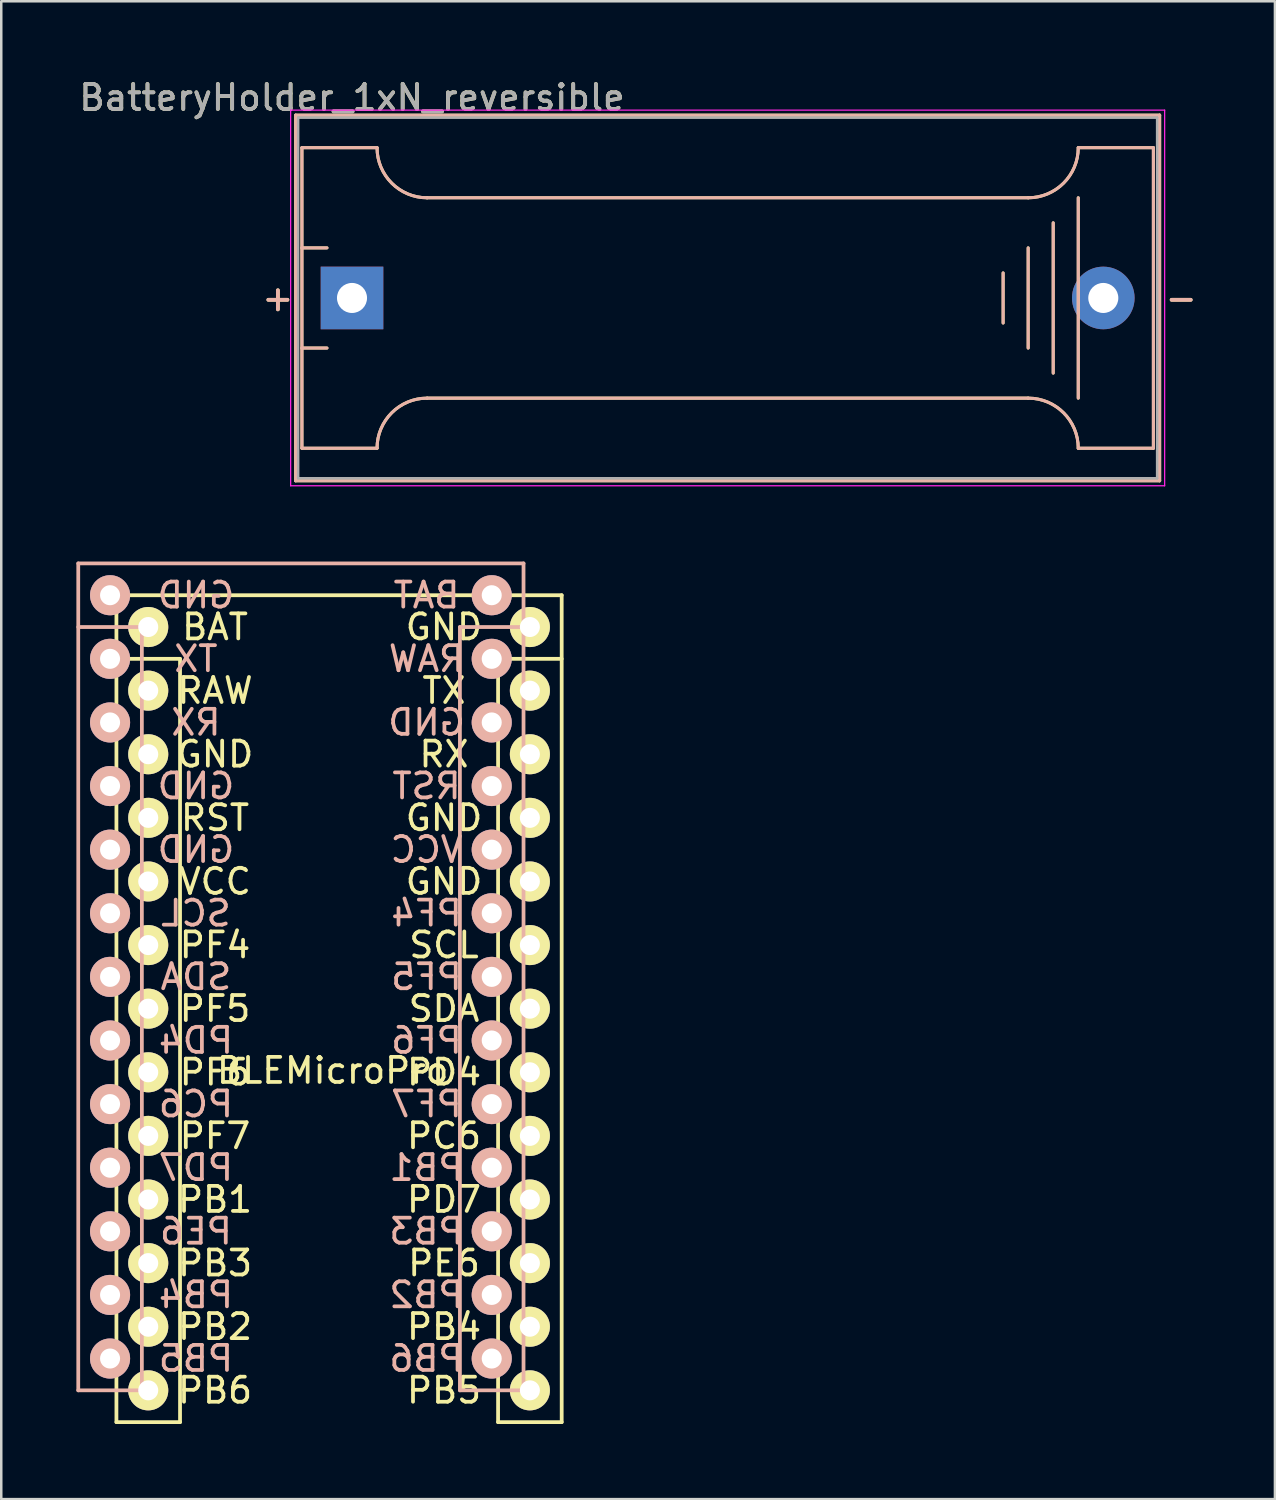
<source format=kicad_pcb>
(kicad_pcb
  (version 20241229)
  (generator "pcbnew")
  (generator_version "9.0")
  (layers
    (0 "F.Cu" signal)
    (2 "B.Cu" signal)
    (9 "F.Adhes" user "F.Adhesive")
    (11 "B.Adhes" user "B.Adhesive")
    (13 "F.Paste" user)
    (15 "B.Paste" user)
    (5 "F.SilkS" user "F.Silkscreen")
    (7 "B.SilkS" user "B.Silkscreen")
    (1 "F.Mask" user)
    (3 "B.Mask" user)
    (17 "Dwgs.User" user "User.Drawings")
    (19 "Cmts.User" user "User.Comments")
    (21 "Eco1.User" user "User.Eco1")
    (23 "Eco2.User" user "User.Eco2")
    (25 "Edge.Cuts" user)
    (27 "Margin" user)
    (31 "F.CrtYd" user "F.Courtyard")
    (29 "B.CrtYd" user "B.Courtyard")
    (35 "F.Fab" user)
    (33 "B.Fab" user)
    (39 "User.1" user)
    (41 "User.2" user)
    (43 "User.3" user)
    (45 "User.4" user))
  (footprint "BLEMicroPro"
    (layer "F.Cu")
    (at 10.235 38.498)
    (property "Reference" "BLEMicroPro" (at 0 1.2 0) (layer "F.SilkS") (effects (font (size 1 1) (thickness 0.15))))
    (attr through_hole)
    (fp_line (start -8.636 -17.78) (end -8.636 15.24) (stroke (width 0.15) (type solid)) (layer "F.SilkS"))
    (fp_line (start -8.636 15.24) (end -6.096 15.24) (stroke (width 0.15) (type solid)) (layer "F.SilkS"))
    (fp_line (start -6.096 -15.24) (end -8.636 -15.24) (stroke (width 0.15) (type solid)) (layer "F.SilkS"))
    (fp_line (start -6.096 15.24) (end -6.096 -15.24) (stroke (width 0.15) (type solid)) (layer "F.SilkS"))
    (fp_line (start 6.604 -15.24) (end 6.604 15.24) (stroke (width 0.15) (type solid)) (layer "F.SilkS"))
    (fp_line (start 6.604 15.24) (end 9.144 15.24) (stroke (width 0.15) (type solid)) (layer "F.SilkS"))
    (fp_line (start 9.144 -17.78) (end -8.636 -17.78) (stroke (width 0.15) (type solid)) (layer "F.SilkS"))
    (fp_line (start 9.144 -15.24) (end 6.604 -15.24) (stroke (width 0.15) (type solid)) (layer "F.SilkS"))
    (fp_line (start 9.144 15.24) (end 9.144 -17.78) (stroke (width 0.15) (type solid)) (layer "F.SilkS"))
    (fp_line (start -10.16 -19.05) (end 7.62 -19.05) (stroke (width 0.15) (type solid)) (layer "B.SilkS"))
    (fp_line (start -10.16 -16.51) (end -7.62 -16.51) (stroke (width 0.15) (type solid)) (layer "B.SilkS"))
    (fp_line (start -10.16 13.97) (end -10.16 -19.05) (stroke (width 0.15) (type solid)) (layer "B.SilkS"))
    (fp_line (start -7.62 -16.51) (end -7.62 13.97) (stroke (width 0.15) (type solid)) (layer "B.SilkS"))
    (fp_line (start -7.62 13.97) (end -10.16 13.97) (stroke (width 0.15) (type solid)) (layer "B.SilkS"))
    (fp_line (start 5.08 -16.51) (end 7.62 -16.51) (stroke (width 0.15) (type solid)) (layer "B.SilkS"))
    (fp_line (start 5.08 13.97) (end 5.08 -16.51) (stroke (width 0.15) (type solid)) (layer "B.SilkS"))
    (fp_line (start 7.62 -19.05) (end 7.62 13.97) (stroke (width 0.15) (type solid)) (layer "B.SilkS"))
    (fp_line (start 7.62 13.97) (end 5.08 13.97) (stroke (width 0.15) (type solid)) (layer "B.SilkS"))
    (fp_text user "SDA" (at 4.445 -1.27 0) (layer "F.SilkS") (effects (font (size 1 1) (thickness 0.15))))
    (fp_text user "RX" (at 4.445 -11.43 0) (layer "F.SilkS") (effects (font (size 1 1) (thickness 0.15))))
    (fp_text user "GND" (at 4.445 -6.35 0) (layer "F.SilkS") (effects (font (size 1 1) (thickness 0.15))))
    (fp_text user "GND" (at -4.699 -11.43 0) (layer "F.SilkS") (effects (font (size 1 1) (thickness 0.15))))
    (fp_text user "PD7" (at 4.445 6.35 0) (layer "F.SilkS") (effects (font (size 1 1) (thickness 0.15))))
    (fp_text user "PD4" (at 4.445 1.27 0) (layer "F.SilkS") (effects (font (size 1 1) (thickness 0.15))))
    (fp_text user "PB2" (at -4.699 11.43 0) (layer "F.SilkS") (effects (font (size 1 1) (thickness 0.15))))
    (fp_text user "PC6" (at 4.445 3.81 0) (layer "F.SilkS") (effects (font (size 1 1) (thickness 0.15))))
    (fp_text user "BAT" (at -4.699 -16.51 0) (layer "F.SilkS") (effects (font (size 1 1) (thickness 0.15))))
    (fp_text user "PF4" (at -4.699 -3.81 0) (layer "F.SilkS") (effects (font (size 1 1) (thickness 0.15))))
    (fp_text user "PB1" (at -4.699 6.35 0) (layer "F.SilkS") (effects (font (size 1 1) (thickness 0.15))))
    (fp_text user "VCC" (at -4.699 -6.35 0) (layer "F.SilkS") (effects (font (size 1 1) (thickness 0.15))))
    (fp_text user "PF5" (at -4.699 -1.27 0) (layer "F.SilkS") (effects (font (size 1 1) (thickness 0.15))))
    (fp_text user "RST" (at -4.699 -8.89 0) (layer "F.SilkS") (effects (font (size 1 1) (thickness 0.15))))
    (fp_text user "PB4" (at 4.445 11.43 0) (layer "F.SilkS") (effects (font (size 1 1) (thickness 0.15))))
    (fp_text user "GND" (at 4.445 -8.89 0) (layer "F.SilkS") (effects (font (size 1 1) (thickness 0.15))))
    (fp_text user "RAW" (at -4.699 -13.97 0) (layer "F.SilkS") (effects (font (size 1 1) (thickness 0.15))))
    (fp_text user "PB5" (at 4.445 13.97 0) (layer "F.SilkS") (effects (font (size 1 1) (thickness 0.15))))
    (fp_text user "PB3" (at -4.699 8.89 0) (layer "F.SilkS") (effects (font (size 1 1) (thickness 0.15))))
    (fp_text user "PF7" (at -4.699 3.81 0) (layer "F.SilkS") (effects (font (size 1 1) (thickness 0.15))))
    (fp_text user "PF6" (at -4.699 1.27 0) (layer "F.SilkS") (effects (font (size 1 1) (thickness 0.15))))
    (fp_text user "PE6" (at 4.445 8.89 0) (layer "F.SilkS") (effects (font (size 1 1) (thickness 0.15))))
    (fp_text user "PB6" (at -4.699 13.97 0) (layer "F.SilkS") (effects (font (size 1 1) (thickness 0.15))))
    (fp_text user "SCL" (at 4.445 -3.81 0) (layer "F.SilkS") (effects (font (size 1 1) (thickness 0.15))))
    (fp_text user "GND" (at 4.445 -16.51 0) (layer "F.SilkS") (effects (font (size 1 1) (thickness 0.15))))
    (fp_text user "TX" (at 4.445 -13.97 0) (layer "F.SilkS") (effects (font (size 1 1) (thickness 0.15))))
    (fp_text user "RAW" (at 3.747 -15.24 0) (layer "B.SilkS") (effects (font (size 1 1) (thickness 0.15)) (justify mirror)))
    (fp_text user "PF7" (at 3.747 2.54 0) (layer "B.SilkS") (effects (font (size 1 1) (thickness 0.15)) (justify mirror)))
    (fp_text user "PF4" (at 3.747 -5.08 0) (layer "B.SilkS") (effects (font (size 1 1) (thickness 0.15)) (justify mirror)))
    (fp_text user "BAT" (at 3.747 -17.78 0) (layer "B.SilkS") (effects (font (size 1 1) (thickness 0.15)) (justify mirror)))
    (fp_text user "GND" (at -5.461 -17.78 0) (layer "B.SilkS") (effects (font (size 1 1) (thickness 0.15)) (justify mirror)))
    (fp_text user "PE6" (at -5.461 7.62 0) (layer "B.SilkS") (effects (font (size 1 1) (thickness 0.15)) (justify mirror)))
    (fp_text user "PD7" (at -5.461 5.08 0) (layer "B.SilkS") (effects (font (size 1 1) (thickness 0.15)) (justify mirror)))
    (fp_text user "GND" (at -5.461 -10.16 0) (layer "B.SilkS") (effects (font (size 1 1) (thickness 0.15)) (justify mirror)))
    (fp_text user "PB1" (at 3.747 5.08 0) (layer "B.SilkS") (effects (font (size 1 1) (thickness 0.15)) (justify mirror)))
    (fp_text user "SDA" (at -5.461 -2.54 0) (layer "B.SilkS") (effects (font (size 1 1) (thickness 0.15)) (justify mirror)))
    (fp_text user "GND" (at -5.461 -7.62 0) (layer "B.SilkS") (effects (font (size 1 1) (thickness 0.15)) (justify mirror)))
    (fp_text user "PB3" (at 3.747 7.62 0) (layer "B.SilkS") (effects (font (size 1 1) (thickness 0.15)) (justify mirror)))
    (fp_text user "PB2" (at 3.747 10.16 0) (layer "B.SilkS") (effects (font (size 1 1) (thickness 0.15)) (justify mirror)))
    (fp_text user "TX" (at -5.461 -15.24 0) (layer "B.SilkS") (effects (font (size 1 1) (thickness 0.15)) (justify mirror)))
    (fp_text user "VCC" (at 3.747 -7.62 0) (layer "B.SilkS") (effects (font (size 1 1) (thickness 0.15)) (justify mirror)))
    (fp_text user "PF6" (at 3.747 0 0) (layer "B.SilkS") (effects (font (size 1 1) (thickness 0.15)) (justify mirror)))
    (fp_text user "PB4" (at -5.461 10.16 0) (layer "B.SilkS") (effects (font (size 1 1) (thickness 0.15)) (justify mirror)))
    (fp_text user "PC6" (at -5.461 2.54 0) (layer "B.SilkS") (effects (font (size 1 1) (thickness 0.15)) (justify mirror)))
    (fp_text user "PD4" (at -5.461 0 0) (layer "B.SilkS") (effects (font (size 1 1) (thickness 0.15)) (justify mirror)))
    (fp_text user "PB6" (at 3.747 12.7 0) (layer "B.SilkS") (effects (font (size 1 1) (thickness 0.15)) (justify mirror)))
    (fp_text user "PB5" (at -5.461 12.7 0) (layer "B.SilkS") (effects (font (size 1 1) (thickness 0.15)) (justify mirror)))
    (fp_text user "PF5" (at 3.747 -2.54 0) (layer "B.SilkS") (effects (font (size 1 1) (thickness 0.15)) (justify mirror)))
    (fp_text user "RST" (at 3.747 -10.16 0) (layer "B.SilkS") (effects (font (size 1 1) (thickness 0.15)) (justify mirror)))
    (fp_text user "SCL" (at -5.461 -5.08 0) (layer "B.SilkS") (effects (font (size 1 1) (thickness 0.15)) (justify mirror)))
    (fp_text user "RX" (at -5.461 -12.7 0) (layer "B.SilkS") (effects (font (size 1 1) (thickness 0.15)) (justify mirror)))
    (fp_text user "GND" (at 3.747 -12.7 0) (layer "B.SilkS") (effects (font (size 1 1) (thickness 0.15)) (justify mirror)))
    (pad "0" thru_hole circle (at -8.89 -17.78) (size 1.6 1.6) (drill 0.8) (layers "*.Cu" "*.Mask" "B.SilkS"))
    (pad "0" thru_hole circle (at 7.874 -16.51 180) (size 1.6 1.6) (drill 0.8) (layers "*.Cu" "*.Mask" "F.SilkS"))
    (pad "1" thru_hole circle (at -8.89 -15.24) (size 1.6 1.6) (drill 0.8) (layers "*.Cu" "*.Mask" "B.SilkS"))
    (pad "1" thru_hole circle (at 7.874 -13.97 180) (size 1.6 1.6) (drill 0.8) (layers "*.Cu" "*.Mask" "F.SilkS"))
    (pad "2" thru_hole circle (at -8.89 -12.7) (size 1.6 1.6) (drill 0.8) (layers "*.Cu" "*.Mask" "B.SilkS"))
    (pad "2" thru_hole circle (at 7.874 -11.43 180) (size 1.6 1.6) (drill 0.8) (layers "*.Cu" "*.Mask" "F.SilkS"))
    (pad "3" thru_hole circle (at -8.89 -10.16) (size 1.6 1.6) (drill 0.8) (layers "*.Cu" "*.Mask" "B.SilkS"))
    (pad "3" thru_hole circle (at 7.874 -8.89 180) (size 1.6 1.6) (drill 0.8) (layers "*.Cu" "*.Mask" "F.SilkS"))
    (pad "4" thru_hole circle (at -8.89 -7.62) (size 1.6 1.6) (drill 0.8) (layers "*.Cu" "*.Mask" "B.SilkS"))
    (pad "4" thru_hole circle (at 7.874 -6.35 180) (size 1.6 1.6) (drill 0.8) (layers "*.Cu" "*.Mask" "F.SilkS"))
    (pad "5" thru_hole circle (at -8.89 -5.08) (size 1.6 1.6) (drill 0.8) (layers "*.Cu" "*.Mask" "B.SilkS"))
    (pad "5" thru_hole circle (at 7.874 -3.81 180) (size 1.6 1.6) (drill 0.8) (layers "*.Cu" "*.Mask" "F.SilkS"))
    (pad "6" thru_hole circle (at -8.89 -2.54) (size 1.6 1.6) (drill 0.8) (layers "*.Cu" "*.Mask" "B.SilkS"))
    (pad "6" thru_hole circle (at 7.874 -1.27 180) (size 1.6 1.6) (drill 0.8) (layers "*.Cu" "*.Mask" "F.SilkS"))
    (pad "7" thru_hole circle (at -8.89 0) (size 1.6 1.6) (drill 0.8) (layers "*.Cu" "*.Mask" "B.SilkS"))
    (pad "7" thru_hole circle (at 7.874 1.27 180) (size 1.6 1.6) (drill 0.8) (layers "*.Cu" "*.Mask" "F.SilkS"))
    (pad "8" thru_hole circle (at -8.89 2.54) (size 1.6 1.6) (drill 0.8) (layers "*.Cu" "*.Mask" "B.SilkS"))
    (pad "8" thru_hole circle (at 7.874 3.81 180) (size 1.6 1.6) (drill 0.8) (layers "*.Cu" "*.Mask" "F.SilkS"))
    (pad "9" thru_hole circle (at -8.89 5.08) (size 1.6 1.6) (drill 0.8) (layers "*.Cu" "*.Mask" "B.SilkS"))
    (pad "9" thru_hole circle (at 7.874 6.35 180) (size 1.6 1.6) (drill 0.8) (layers "*.Cu" "*.Mask" "F.SilkS"))
    (pad "10" thru_hole circle (at -8.89 7.62) (size 1.6 1.6) (drill 0.8) (layers "*.Cu" "*.Mask" "B.SilkS"))
    (pad "10" thru_hole circle (at 7.874 8.89 180) (size 1.6 1.6) (drill 0.8) (layers "*.Cu" "*.Mask" "F.SilkS"))
    (pad "11" thru_hole circle (at -8.89 10.16) (size 1.6 1.6) (drill 0.8) (layers "*.Cu" "*.Mask" "B.SilkS"))
    (pad "11" thru_hole circle (at 7.874 11.43 180) (size 1.6 1.6) (drill 0.8) (layers "*.Cu" "*.Mask" "F.SilkS"))
    (pad "12" thru_hole circle (at -8.89 12.7) (size 1.6 1.6) (drill 0.8) (layers "*.Cu" "*.Mask" "B.SilkS"))
    (pad "12" thru_hole circle (at 7.874 13.97 180) (size 1.6 1.6) (drill 0.8) (layers "*.Cu" "*.Mask" "F.SilkS"))
    (pad "13" thru_hole circle (at -7.366 13.97 180) (size 1.6 1.6) (drill 0.8) (layers "*.Cu" "*.Mask" "F.SilkS"))
    (pad "13" thru_hole circle (at 6.35 12.7) (size 1.6 1.6) (drill 0.8) (layers "*.Cu" "*.Mask" "B.SilkS"))
    (pad "14" thru_hole circle (at -7.366 11.43 180) (size 1.6 1.6) (drill 0.8) (layers "*.Cu" "*.Mask" "F.SilkS"))
    (pad "14" thru_hole circle (at 6.35 10.16) (size 1.6 1.6) (drill 0.8) (layers "*.Cu" "*.Mask" "B.SilkS"))
    (pad "15" thru_hole circle (at -7.366 8.89 180) (size 1.6 1.6) (drill 0.8) (layers "*.Cu" "*.Mask" "F.SilkS"))
    (pad "15" thru_hole circle (at 6.35 7.62) (size 1.6 1.6) (drill 0.8) (layers "*.Cu" "*.Mask" "B.SilkS"))
    (pad "16" thru_hole circle (at -7.366 6.35 180) (size 1.6 1.6) (drill 0.8) (layers "*.Cu" "*.Mask" "F.SilkS"))
    (pad "16" thru_hole circle (at 6.35 5.08) (size 1.6 1.6) (drill 0.8) (layers "*.Cu" "*.Mask" "B.SilkS"))
    (pad "17" thru_hole circle (at -7.366 3.81 180) (size 1.6 1.6) (drill 0.8) (layers "*.Cu" "*.Mask" "F.SilkS"))
    (pad "17" thru_hole circle (at 6.35 2.54) (size 1.6 1.6) (drill 0.8) (layers "*.Cu" "*.Mask" "B.SilkS"))
    (pad "18" thru_hole circle (at -7.366 1.27 180) (size 1.6 1.6) (drill 0.8) (layers "*.Cu" "*.Mask" "F.SilkS"))
    (pad "18" thru_hole circle (at 6.35 0) (size 1.6 1.6) (drill 0.8) (layers "*.Cu" "*.Mask" "B.SilkS"))
    (pad "19" thru_hole circle (at -7.366 -1.27 180) (size 1.6 1.6) (drill 0.8) (layers "*.Cu" "*.Mask" "F.SilkS"))
    (pad "19" thru_hole circle (at 6.35 -2.54) (size 1.6 1.6) (drill 0.8) (layers "*.Cu" "*.Mask" "B.SilkS"))
    (pad "20" thru_hole circle (at -7.366 -3.81 180) (size 1.6 1.6) (drill 0.8) (layers "*.Cu" "*.Mask" "F.SilkS"))
    (pad "20" thru_hole circle (at 6.35 -5.08) (size 1.6 1.6) (drill 0.8) (layers "*.Cu" "*.Mask" "B.SilkS"))
    (pad "21" thru_hole circle (at -7.366 -6.35 180) (size 1.6 1.6) (drill 0.8) (layers "*.Cu" "*.Mask" "F.SilkS"))
    (pad "21" thru_hole circle (at 6.35 -7.62) (size 1.6 1.6) (drill 0.8) (layers "*.Cu" "*.Mask" "B.SilkS"))
    (pad "22" thru_hole circle (at -7.366 -8.89 180) (size 1.6 1.6) (drill 0.8) (layers "*.Cu" "*.Mask" "F.SilkS"))
    (pad "22" thru_hole circle (at 6.35 -10.16) (size 1.6 1.6) (drill 0.8) (layers "*.Cu" "*.Mask" "B.SilkS"))
    (pad "23" thru_hole circle (at -7.366 -11.43 180) (size 1.6 1.6) (drill 0.8) (layers "*.Cu" "*.Mask" "F.SilkS"))
    (pad "23" thru_hole circle (at 6.35 -12.7) (size 1.6 1.6) (drill 0.8) (layers "*.Cu" "*.Mask" "B.SilkS"))
    (pad "24" thru_hole circle (at -7.366 -13.97 180) (size 1.6 1.6) (drill 0.8) (layers "*.Cu" "*.Mask" "F.SilkS"))
    (pad "24" thru_hole circle (at 6.35 -15.24) (size 1.6 1.6) (drill 0.8) (layers "*.Cu" "*.Mask" "B.SilkS"))
    (pad "25" thru_hole circle (at -7.366 -16.51 180) (size 1.6 1.6) (drill 0.8) (layers "*.Cu" "*.Mask" "F.SilkS"))
    (pad "25" thru_hole circle (at 6.35 -17.78) (size 1.6 1.6) (drill 0.8) (layers "*.Cu" "*.Mask" "B.SilkS")))
  (footprint "BatteryHolder_1xN_reversible"
    (layer "F.Cu")
    (at 11.006 8.848)
    (property "Reference" "BatteryHolder_1xN_reversible" (at 0 -8 180) (layer "F.SilkS") (effects (font (size 1 1) (thickness 0.15))))
    (attr through_hole)
    (fp_line (start -2.25 -7.3) (end -2.25 7.3) (stroke (width 0.12) (type solid)) (layer "F.SilkS"))
    (fp_line (start -2.25 7.3) (end 32.25 7.3) (stroke (width 0.12) (type solid)) (layer "F.SilkS"))
    (fp_line (start -2 -6) (end -2 6) (stroke (width 0.12) (type solid)) (layer "F.SilkS"))
    (fp_line (start -2 -6) (end 1 -6) (stroke (width 0.12) (type solid)) (layer "F.SilkS"))
    (fp_line (start -2 -2) (end -1 -2) (stroke (width 0.12) (type solid)) (layer "F.SilkS"))
    (fp_line (start -2 6) (end 1 6) (stroke (width 0.12) (type solid)) (layer "F.SilkS"))
    (fp_line (start -1 2) (end -2 2) (stroke (width 0.12) (type solid)) (layer "F.SilkS"))
    (fp_line (start 3 -4) (end 27 -4) (stroke (width 0.12) (type solid)) (layer "F.SilkS"))
    (fp_line (start 3 4) (end 27 4) (stroke (width 0.12) (type solid)) (layer "F.SilkS"))
    (fp_line (start 26 -1) (end 26 1) (stroke (width 0.12) (type solid)) (layer "F.SilkS"))
    (fp_line (start 27 -2) (end 27 2) (stroke (width 0.12) (type solid)) (layer "F.SilkS"))
    (fp_line (start 28 3) (end 28 -3) (stroke (width 0.12) (type solid)) (layer "F.SilkS"))
    (fp_line (start 29 -4) (end 29 4) (stroke (width 0.12) (type solid)) (layer "F.SilkS"))
    (fp_line (start 32 -6) (end 29 -6) (stroke (width 0.12) (type solid)) (layer "F.SilkS"))
    (fp_line (start 32 -6) (end 32 6) (stroke (width 0.12) (type solid)) (layer "F.SilkS"))
    (fp_line (start 32 6) (end 29 6) (stroke (width 0.12) (type solid)) (layer "F.SilkS"))
    (fp_line (start 32.25 -7.3) (end -2.25 -7.3) (stroke (width 0.12) (type solid)) (layer "F.SilkS"))
    (fp_line (start 32.25 7.3) (end 32.25 -7.3) (stroke (width 0.12) (type solid)) (layer "F.SilkS"))
    (fp_arc (start 1 6) (mid 1.585786 4.585786) (end 3 4) (stroke (width 0.12) (type solid)) (layer "F.SilkS"))
    (fp_arc (start 3 -4) (mid 1.585786 -4.585786) (end 1 -6) (stroke (width 0.12) (type solid)) (layer "F.SilkS"))
    (fp_arc (start 27 4) (mid 28.414214 4.585786) (end 29 6) (stroke (width 0.12) (type solid)) (layer "F.SilkS"))
    (fp_arc (start 29 -6) (mid 28.414214 -4.585786) (end 27 -4) (stroke (width 0.12) (type solid)) (layer "F.SilkS"))
    (fp_line (start -2.25 -7.3) (end -2.25 7.3) (stroke (width 0.12) (type solid)) (layer "B.SilkS"))
    (fp_line (start -2.25 7.3) (end 32.25 7.3) (stroke (width 0.12) (type solid)) (layer "B.SilkS"))
    (fp_line (start -2 -6) (end -2 6) (stroke (width 0.12) (type solid)) (layer "B.SilkS"))
    (fp_line (start -2 -6) (end 1 -6) (stroke (width 0.12) (type solid)) (layer "B.SilkS"))
    (fp_line (start -2 -2) (end -1 -2) (stroke (width 0.12) (type solid)) (layer "B.SilkS"))
    (fp_line (start -2 6) (end 1 6) (stroke (width 0.12) (type solid)) (layer "B.SilkS"))
    (fp_line (start -1 2) (end -2 2) (stroke (width 0.12) (type solid)) (layer "B.SilkS"))
    (fp_line (start 3 -4) (end 27 -4) (stroke (width 0.12) (type solid)) (layer "B.SilkS"))
    (fp_line (start 3 4) (end 27 4) (stroke (width 0.12) (type solid)) (layer "B.SilkS"))
    (fp_line (start 26 -1) (end 26 1) (stroke (width 0.12) (type solid)) (layer "B.SilkS"))
    (fp_line (start 27 -2) (end 27 2) (stroke (width 0.12) (type solid)) (layer "B.SilkS"))
    (fp_line (start 28 3) (end 28 -3) (stroke (width 0.12) (type solid)) (layer "B.SilkS"))
    (fp_line (start 29 -4) (end 29 4) (stroke (width 0.12) (type solid)) (layer "B.SilkS"))
    (fp_line (start 32 -6) (end 29 -6) (stroke (width 0.12) (type solid)) (layer "B.SilkS"))
    (fp_line (start 32 -6) (end 32 6) (stroke (width 0.12) (type solid)) (layer "B.SilkS"))
    (fp_line (start 32 6) (end 29 6) (stroke (width 0.12) (type solid)) (layer "B.SilkS"))
    (fp_line (start 32.25 -7.3) (end -2.25 -7.3) (stroke (width 0.12) (type solid)) (layer "B.SilkS"))
    (fp_line (start 32.25 7.3) (end 32.25 -7.3) (stroke (width 0.12) (type solid)) (layer "B.SilkS"))
    (fp_arc (start 1 6) (mid 1.585786 4.585786) (end 3 4) (stroke (width 0.12) (type solid)) (layer "B.SilkS"))
    (fp_arc (start 3 -4) (mid 1.585786 -4.585786) (end 1 -6) (stroke (width 0.12) (type solid)) (layer "B.SilkS"))
    (fp_arc (start 27 4) (mid 28.414214 4.585786) (end 29 6) (stroke (width 0.12) (type solid)) (layer "B.SilkS"))
    (fp_arc (start 29 -6) (mid 28.414214 -4.585786) (end 27 -4) (stroke (width 0.12) (type solid)) (layer "B.SilkS"))
    (fp_line (start -2.45 -7.5) (end -2.45 7.5) (stroke (width 0.05) (type solid)) (layer "F.CrtYd"))
    (fp_line (start -2.45 7.5) (end 32.45 7.5) (stroke (width 0.05) (type solid)) (layer "F.CrtYd"))
    (fp_line (start 32.45 -7.5) (end -2.45 -7.5) (stroke (width 0.05) (type solid)) (layer "F.CrtYd"))
    (fp_line (start 32.45 7.5) (end 32.45 -7.5) (stroke (width 0.05) (type solid)) (layer "F.CrtYd"))
    (fp_line (start -2.15 -7.2) (end 32.15 -7.2) (stroke (width 0.1) (type solid)) (layer "F.Fab"))
    (fp_line (start -2.15 7.2) (end -2.15 -7.2) (stroke (width 0.1) (type solid)) (layer "F.Fab"))
    (fp_line (start 32.15 -7.2) (end 32.15 7.2) (stroke (width 0.1) (type solid)) (layer "F.Fab"))
    (fp_line (start 32.15 7.2) (end -2.15 7.2) (stroke (width 0.1) (type solid)) (layer "F.Fab"))
    (fp_text user "-" (at 33.11 0 0) (layer "F.SilkS") (effects (font (size 1 1) (thickness 0.15))))
    (fp_text user "+" (at -2.96 0 0) (layer "F.SilkS") (effects (font (size 1 1) (thickness 0.15))))
    (fp_text user "-" (at 33.11 0 0) (layer "B.SilkS") (effects (font (size 1 1) (thickness 0.15))))
    (fp_text user "+" (at -2.96 0 0) (layer "B.SilkS") (effects (font (size 1 1) (thickness 0.15))))
    (fp_text user "${REFERENCE}" (at 0 -8 0) (layer "F.Fab") (effects (font (size 1 1) (thickness 0.15))))
    (pad "1" thru_hole rect (at 0 0) (size 2.5 2.5) (drill 1.2) (layers "*.Cu" "*.Mask"))
    (pad "2" thru_hole circle (at 30 0) (size 2.5 2.5) (drill 1.2) (layers "*.Cu" "*.Mask")))
  (gr_rect
    (start -3 -3)
    (end 47.86 56.813)
    (stroke (width 0.1) (type default))
    (fill no)
    (layer "Edge.Cuts")))
</source>
